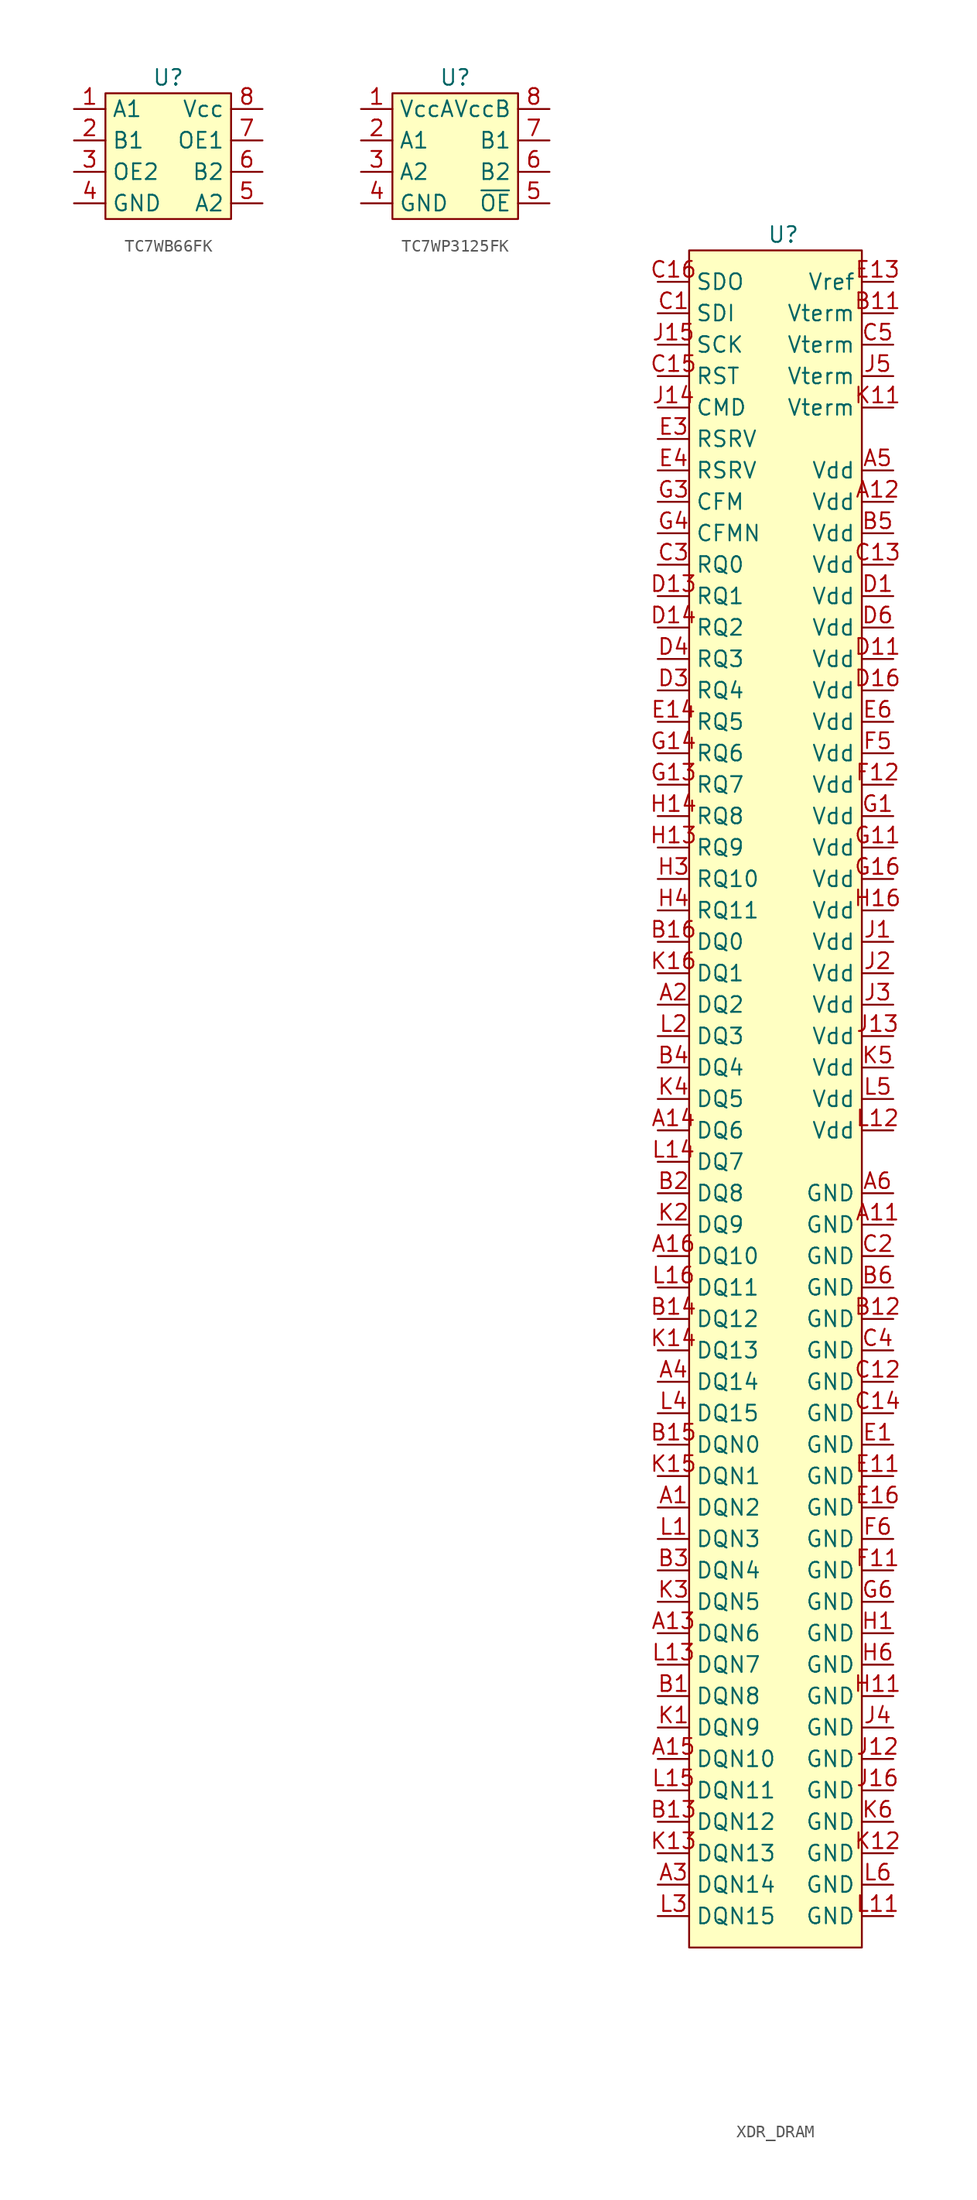
<source format=kicad_sym>
(kicad_symbol_lib
  (version 20231120)
  (generator "kicad_symbol_editor")
  (generator_version "8.0")
  (symbol "TC7WB66FK"
    (property "Reference" "U"
      (at 0 0 0)
      (effects (font (size 1.27 1.27))))
    (property "Value" ""
      (at 0 0 0)
      (effects (font (size 1.27 1.27))))
    (symbol "TC7WB66FK_0_0"
      (pin bidirectional line (at -7.62 -5.08 0) (length 2.54) (name "B1" (effects (font (size 1.27 1.27)))) (number "2" (effects (font (size 1.27 1.27)))))
      (pin input line (at -7.62 -7.62 0) (length 2.54) (name "OE2" (effects (font (size 1.27 1.27)))) (number "3" (effects (font (size 1.27 1.27)))))
      (pin power_in line (at -7.62 -10.16 0) (length 2.54) (name "GND" (effects (font (size 1.27 1.27)))) (number "4" (effects (font (size 1.27 1.27)))))
      (pin bidirectional line (at 7.62 -10.16 180) (length 2.54) (name "A2" (effects (font (size 1.27 1.27)))) (number "5" (effects (font (size 1.27 1.27)))))
      (pin bidirectional line (at 7.62 -7.62 180) (length 2.54) (name "B2" (effects (font (size 1.27 1.27)))) (number "6" (effects (font (size 1.27 1.27)))))
      (pin input line (at 7.62 -5.08 180) (length 2.54) (name "OE1" (effects (font (size 1.27 1.27)))) (number "7" (effects (font (size 1.27 1.27)))))
      (pin power_in line (at 7.62 -2.54 180) (length 2.54) (name "Vcc" (effects (font (size 1.27 1.27)))) (number "8" (effects (font (size 1.27 1.27))))))
    (symbol "TC7WB66FK_1_0"
      (pin bidirectional line (at -7.62 -2.54 0) (length 2.54) (name "A1" (effects (font (size 1.27 1.27)))) (number "1" (effects (font (size 1.27 1.27))))))
    (symbol "TC7WB66FK_1_1"
      (rectangle (start -5.08 -1.27) (end 5.08 -11.43) (stroke (width 0) (type default)) (fill (type background)))))
  (symbol "TC7WP3125FK"
    (property "Reference" "U"
      (at 0 0 0)
      (effects (font (size 1.27 1.27))))
    (property "Value" ""
      (at 0 0 0)
      (effects (font (size 1.27 1.27))))
    (symbol "TC7WP3125FK_0_0"
      (pin power_in line (at -7.62 -2.54 0) (length 2.54) (name "VccA" (effects (font (size 1.27 1.27)))) (number "1" (effects (font (size 1.27 1.27)))))
      (pin input line (at -7.62 -5.08 0) (length 2.54) (name "A1" (effects (font (size 1.27 1.27)))) (number "2" (effects (font (size 1.27 1.27)))))
      (pin input line (at -7.62 -7.62 0) (length 2.54) (name "A2" (effects (font (size 1.27 1.27)))) (number "3" (effects (font (size 1.27 1.27)))))
      (pin power_in line (at -7.62 -10.16 0) (length 2.54) (name "GND" (effects (font (size 1.27 1.27)))) (number "4" (effects (font (size 1.27 1.27)))))
      (pin input line (at 7.62 -10.16 180) (length 2.54) (name "~{OE}" (effects (font (size 1.27 1.27)))) (number "5" (effects (font (size 1.27 1.27)))))
      (pin output line (at 7.62 -7.62 180) (length 2.54) (name "B2" (effects (font (size 1.27 1.27)))) (number "6" (effects (font (size 1.27 1.27)))))
      (pin output line (at 7.62 -5.08 180) (length 2.54) (name "B1" (effects (font (size 1.27 1.27)))) (number "7" (effects (font (size 1.27 1.27)))))
      (pin power_in line (at 7.62 -2.54 180) (length 2.54) (name "VccB" (effects (font (size 1.27 1.27)))) (number "8" (effects (font (size 1.27 1.27))))))
    (symbol "TC7WP3125FK_1_1"
      (rectangle (start -5.08 -1.27) (end 5.08 -11.43) (stroke (width 0) (type default)) (fill (type background)))))
  (symbol "XDR_DRAM"
    (property "Reference" "U"
      (at 0 1.27 0)
      (effects (font (size 1.27 1.27))))
    (property "Value" ""
      (at 0 0 0)
      (effects (font (size 1.27 1.27))))
    (symbol "XDR_DRAM_0_0"
      (pin unspecified line (at -10.16 -101.6 0) (length 2.54) (name "DQN2" (effects (font (size 1.27 1.27)))) (number "A1" (effects (font (size 1.27 1.27)))))
      (pin unspecified line (at 8.89 -78.74 180) (length 2.54) (name "GND" (effects (font (size 1.27 1.27)))) (number "A11" (effects (font (size 1.27 1.27)))))
      (pin unspecified line (at 8.89 -20.32 180) (length 2.54) (name "Vdd" (effects (font (size 1.27 1.27)))) (number "A12" (effects (font (size 1.27 1.27)))))
      (pin unspecified line (at -10.16 -111.76 0) (length 2.54) (name "DQN6" (effects (font (size 1.27 1.27)))) (number "A13" (effects (font (size 1.27 1.27)))))
      (pin unspecified line (at -10.16 -71.12 0) (length 2.54) (name "DQ6" (effects (font (size 1.27 1.27)))) (number "A14" (effects (font (size 1.27 1.27)))))
      (pin unspecified line (at -10.16 -121.92 0) (length 2.54) (name "DQN10" (effects (font (size 1.27 1.27)))) (number "A15" (effects (font (size 1.27 1.27)))))
      (pin unspecified line (at -10.16 -81.28 0) (length 2.54) (name "DQ10" (effects (font (size 1.27 1.27)))) (number "A16" (effects (font (size 1.27 1.27)))))
      (pin unspecified line (at -10.16 -60.96 0) (length 2.54) (name "DQ2" (effects (font (size 1.27 1.27)))) (number "A2" (effects (font (size 1.27 1.27)))))
      (pin unspecified line (at -10.16 -132.08 0) (length 2.54) (name "DQN14" (effects (font (size 1.27 1.27)))) (number "A3" (effects (font (size 1.27 1.27)))))
      (pin unspecified line (at -10.16 -91.44 0) (length 2.54) (name "DQ14" (effects (font (size 1.27 1.27)))) (number "A4" (effects (font (size 1.27 1.27)))))
      (pin unspecified line (at 8.89 -17.78 180) (length 2.54) (name "Vdd" (effects (font (size 1.27 1.27)))) (number "A5" (effects (font (size 1.27 1.27)))))
      (pin unspecified line (at 8.89 -76.2 180) (length 2.54) (name "GND" (effects (font (size 1.27 1.27)))) (number "A6" (effects (font (size 1.27 1.27)))))
      (pin unspecified line (at -10.16 -116.84 0) (length 2.54) (name "DQN8" (effects (font (size 1.27 1.27)))) (number "B1" (effects (font (size 1.27 1.27)))))
      (pin unspecified line (at 8.89 -5.08 180) (length 2.54) (name "Vterm" (effects (font (size 1.27 1.27)))) (number "B11" (effects (font (size 1.27 1.27)))))
      (pin unspecified line (at 8.89 -86.36 180) (length 2.54) (name "GND" (effects (font (size 1.27 1.27)))) (number "B12" (effects (font (size 1.27 1.27)))))
      (pin unspecified line (at -10.16 -127 0) (length 2.54) (name "DQN12" (effects (font (size 1.27 1.27)))) (number "B13" (effects (font (size 1.27 1.27)))))
      (pin unspecified line (at -10.16 -86.36 0) (length 2.54) (name "DQ12" (effects (font (size 1.27 1.27)))) (number "B14" (effects (font (size 1.27 1.27)))))
      (pin unspecified line (at -10.16 -96.52 0) (length 2.54) (name "DQN0" (effects (font (size 1.27 1.27)))) (number "B15" (effects (font (size 1.27 1.27)))))
      (pin unspecified line (at -10.16 -55.88 0) (length 2.54) (name "DQ0" (effects (font (size 1.27 1.27)))) (number "B16" (effects (font (size 1.27 1.27)))))
      (pin unspecified line (at -10.16 -76.2 0) (length 2.54) (name "DQ8" (effects (font (size 1.27 1.27)))) (number "B2" (effects (font (size 1.27 1.27)))))
      (pin unspecified line (at -10.16 -106.68 0) (length 2.54) (name "DQN4" (effects (font (size 1.27 1.27)))) (number "B3" (effects (font (size 1.27 1.27)))))
      (pin unspecified line (at -10.16 -66.04 0) (length 2.54) (name "DQ4" (effects (font (size 1.27 1.27)))) (number "B4" (effects (font (size 1.27 1.27)))))
      (pin unspecified line (at 8.89 -22.86 180) (length 2.54) (name "Vdd" (effects (font (size 1.27 1.27)))) (number "B5" (effects (font (size 1.27 1.27)))))
      (pin unspecified line (at 8.89 -83.82 180) (length 2.54) (name "GND" (effects (font (size 1.27 1.27)))) (number "B6" (effects (font (size 1.27 1.27)))))
      (pin unspecified line (at -10.16 -5.08 0) (length 2.54) (name "SDI" (effects (font (size 1.27 1.27)))) (number "C1" (effects (font (size 1.27 1.27)))))
      (pin unspecified line (at 8.89 -91.44 180) (length 2.54) (name "GND" (effects (font (size 1.27 1.27)))) (number "C12" (effects (font (size 1.27 1.27)))))
      (pin unspecified line (at 8.89 -25.4 180) (length 2.54) (name "Vdd" (effects (font (size 1.27 1.27)))) (number "C13" (effects (font (size 1.27 1.27)))))
      (pin unspecified line (at 8.89 -93.98 180) (length 2.54) (name "GND" (effects (font (size 1.27 1.27)))) (number "C14" (effects (font (size 1.27 1.27)))))
      (pin unspecified line (at -10.16 -10.16 0) (length 2.54) (name "RST" (effects (font (size 1.27 1.27)))) (number "C15" (effects (font (size 1.27 1.27)))))
      (pin unspecified line (at -10.16 -2.54 0) (length 2.54) (name "SDO" (effects (font (size 1.27 1.27)))) (number "C16" (effects (font (size 1.27 1.27)))))
      (pin unspecified line (at 8.89 -81.28 180) (length 2.54) (name "GND" (effects (font (size 1.27 1.27)))) (number "C2" (effects (font (size 1.27 1.27)))))
      (pin unspecified line (at -10.16 -25.4 0) (length 2.54) (name "RQ0" (effects (font (size 1.27 1.27)))) (number "C3" (effects (font (size 1.27 1.27)))))
      (pin unspecified line (at 8.89 -88.9 180) (length 2.54) (name "GND" (effects (font (size 1.27 1.27)))) (number "C4" (effects (font (size 1.27 1.27)))))
      (pin unspecified line (at 8.89 -7.62 180) (length 2.54) (name "Vterm" (effects (font (size 1.27 1.27)))) (number "C5" (effects (font (size 1.27 1.27)))))
      (pin unspecified line (at 8.89 -27.94 180) (length 2.54) (name "Vdd" (effects (font (size 1.27 1.27)))) (number "D1" (effects (font (size 1.27 1.27)))))
      (pin unspecified line (at 8.89 -33.02 180) (length 2.54) (name "Vdd" (effects (font (size 1.27 1.27)))) (number "D11" (effects (font (size 1.27 1.27)))))
      (pin unspecified line (at -10.16 -27.94 0) (length 2.54) (name "RQ1" (effects (font (size 1.27 1.27)))) (number "D13" (effects (font (size 1.27 1.27)))))
      (pin unspecified line (at -10.16 -30.48 0) (length 2.54) (name "RQ2" (effects (font (size 1.27 1.27)))) (number "D14" (effects (font (size 1.27 1.27)))))
      (pin unspecified line (at 8.89 -35.56 180) (length 2.54) (name "Vdd" (effects (font (size 1.27 1.27)))) (number "D16" (effects (font (size 1.27 1.27)))))
      (pin unspecified line (at -10.16 -35.56 0) (length 2.54) (name "RQ4" (effects (font (size 1.27 1.27)))) (number "D3" (effects (font (size 1.27 1.27)))))
      (pin unspecified line (at -10.16 -33.02 0) (length 2.54) (name "RQ3" (effects (font (size 1.27 1.27)))) (number "D4" (effects (font (size 1.27 1.27)))))
      (pin unspecified line (at 8.89 -30.48 180) (length 2.54) (name "Vdd" (effects (font (size 1.27 1.27)))) (number "D6" (effects (font (size 1.27 1.27)))))
      (pin unspecified line (at 8.89 -96.52 180) (length 2.54) (name "GND" (effects (font (size 1.27 1.27)))) (number "E1" (effects (font (size 1.27 1.27)))))
      (pin unspecified line (at 8.89 -99.06 180) (length 2.54) (name "GND" (effects (font (size 1.27 1.27)))) (number "E11" (effects (font (size 1.27 1.27)))))
      (pin unspecified line (at 8.89 -2.54 180) (length 2.54) (name "Vref" (effects (font (size 1.27 1.27)))) (number "E13" (effects (font (size 1.27 1.27)))))
      (pin unspecified line (at -10.16 -38.1 0) (length 2.54) (name "RQ5" (effects (font (size 1.27 1.27)))) (number "E14" (effects (font (size 1.27 1.27)))))
      (pin unspecified line (at 8.89 -101.6 180) (length 2.54) (name "GND" (effects (font (size 1.27 1.27)))) (number "E16" (effects (font (size 1.27 1.27)))))
      (pin unspecified line (at -10.16 -15.24 0) (length 2.54) (name "RSRV" (effects (font (size 1.27 1.27)))) (number "E3" (effects (font (size 1.27 1.27)))))
      (pin unspecified line (at -10.16 -17.78 0) (length 2.54) (name "RSRV" (effects (font (size 1.27 1.27)))) (number "E4" (effects (font (size 1.27 1.27)))))
      (pin unspecified line (at 8.89 -38.1 180) (length 2.54) (name "Vdd" (effects (font (size 1.27 1.27)))) (number "E6" (effects (font (size 1.27 1.27)))))
      (pin unspecified line (at 8.89 -106.68 180) (length 2.54) (name "GND" (effects (font (size 1.27 1.27)))) (number "F11" (effects (font (size 1.27 1.27)))))
      (pin unspecified line (at 8.89 -43.18 180) (length 2.54) (name "Vdd" (effects (font (size 1.27 1.27)))) (number "F12" (effects (font (size 1.27 1.27)))))
      (pin unspecified line (at 8.89 -40.64 180) (length 2.54) (name "Vdd" (effects (font (size 1.27 1.27)))) (number "F5" (effects (font (size 1.27 1.27)))))
      (pin unspecified line (at 8.89 -104.14 180) (length 2.54) (name "GND" (effects (font (size 1.27 1.27)))) (number "F6" (effects (font (size 1.27 1.27)))))
      (pin unspecified line (at 8.89 -45.72 180) (length 2.54) (name "Vdd" (effects (font (size 1.27 1.27)))) (number "G1" (effects (font (size 1.27 1.27)))))
      (pin unspecified line (at 8.89 -48.26 180) (length 2.54) (name "Vdd" (effects (font (size 1.27 1.27)))) (number "G11" (effects (font (size 1.27 1.27)))))
      (pin unspecified line (at -10.16 -43.18 0) (length 2.54) (name "RQ7" (effects (font (size 1.27 1.27)))) (number "G13" (effects (font (size 1.27 1.27)))))
      (pin unspecified line (at -10.16 -40.64 0) (length 2.54) (name "RQ6" (effects (font (size 1.27 1.27)))) (number "G14" (effects (font (size 1.27 1.27)))))
      (pin unspecified line (at 8.89 -50.8 180) (length 2.54) (name "Vdd" (effects (font (size 1.27 1.27)))) (number "G16" (effects (font (size 1.27 1.27)))))
      (pin unspecified line (at -10.16 -20.32 0) (length 2.54) (name "CFM" (effects (font (size 1.27 1.27)))) (number "G3" (effects (font (size 1.27 1.27)))))
      (pin unspecified line (at -10.16 -22.86 0) (length 2.54) (name "CFMN" (effects (font (size 1.27 1.27)))) (number "G4" (effects (font (size 1.27 1.27)))))
      (pin unspecified line (at 8.89 -109.22 180) (length 2.54) (name "GND" (effects (font (size 1.27 1.27)))) (number "G6" (effects (font (size 1.27 1.27)))))
      (pin unspecified line (at 8.89 -111.76 180) (length 2.54) (name "GND" (effects (font (size 1.27 1.27)))) (number "H1" (effects (font (size 1.27 1.27)))))
      (pin unspecified line (at 8.89 -116.84 180) (length 2.54) (name "GND" (effects (font (size 1.27 1.27)))) (number "H11" (effects (font (size 1.27 1.27)))))
      (pin unspecified line (at -10.16 -48.26 0) (length 2.54) (name "RQ9" (effects (font (size 1.27 1.27)))) (number "H13" (effects (font (size 1.27 1.27)))))
      (pin unspecified line (at -10.16 -45.72 0) (length 2.54) (name "RQ8" (effects (font (size 1.27 1.27)))) (number "H14" (effects (font (size 1.27 1.27)))))
      (pin unspecified line (at 8.89 -53.34 180) (length 2.54) (name "Vdd" (effects (font (size 1.27 1.27)))) (number "H16" (effects (font (size 1.27 1.27)))))
      (pin unspecified line (at -10.16 -50.8 0) (length 2.54) (name "RQ10" (effects (font (size 1.27 1.27)))) (number "H3" (effects (font (size 1.27 1.27)))))
      (pin unspecified line (at -10.16 -53.34 0) (length 2.54) (name "RQ11" (effects (font (size 1.27 1.27)))) (number "H4" (effects (font (size 1.27 1.27)))))
      (pin unspecified line (at 8.89 -114.3 180) (length 2.54) (name "GND" (effects (font (size 1.27 1.27)))) (number "H6" (effects (font (size 1.27 1.27)))))
      (pin unspecified line (at 8.89 -55.88 180) (length 2.54) (name "Vdd" (effects (font (size 1.27 1.27)))) (number "J1" (effects (font (size 1.27 1.27)))))
      (pin unspecified line (at 8.89 -121.92 180) (length 2.54) (name "GND" (effects (font (size 1.27 1.27)))) (number "J12" (effects (font (size 1.27 1.27)))))
      (pin unspecified line (at 8.89 -63.5 180) (length 2.54) (name "Vdd" (effects (font (size 1.27 1.27)))) (number "J13" (effects (font (size 1.27 1.27)))))
      (pin unspecified line (at -10.16 -12.7 0) (length 2.54) (name "CMD" (effects (font (size 1.27 1.27)))) (number "J14" (effects (font (size 1.27 1.27)))))
      (pin unspecified line (at -10.16 -7.62 0) (length 2.54) (name "SCK" (effects (font (size 1.27 1.27)))) (number "J15" (effects (font (size 1.27 1.27)))))
      (pin unspecified line (at 8.89 -124.46 180) (length 2.54) (name "GND" (effects (font (size 1.27 1.27)))) (number "J16" (effects (font (size 1.27 1.27)))))
      (pin unspecified line (at 8.89 -58.42 180) (length 2.54) (name "Vdd" (effects (font (size 1.27 1.27)))) (number "J2" (effects (font (size 1.27 1.27)))))
      (pin unspecified line (at 8.89 -60.96 180) (length 2.54) (name "Vdd" (effects (font (size 1.27 1.27)))) (number "J3" (effects (font (size 1.27 1.27)))))
      (pin unspecified line (at 8.89 -119.38 180) (length 2.54) (name "GND" (effects (font (size 1.27 1.27)))) (number "J4" (effects (font (size 1.27 1.27)))))
      (pin unspecified line (at 8.89 -10.16 180) (length 2.54) (name "Vterm" (effects (font (size 1.27 1.27)))) (number "J5" (effects (font (size 1.27 1.27)))))
      (pin unspecified line (at -10.16 -119.38 0) (length 2.54) (name "DQN9" (effects (font (size 1.27 1.27)))) (number "K1" (effects (font (size 1.27 1.27)))))
      (pin unspecified line (at 8.89 -12.7 180) (length 2.54) (name "Vterm" (effects (font (size 1.27 1.27)))) (number "K11" (effects (font (size 1.27 1.27)))))
      (pin unspecified line (at 8.89 -129.54 180) (length 2.54) (name "GND" (effects (font (size 1.27 1.27)))) (number "K12" (effects (font (size 1.27 1.27)))))
      (pin unspecified line (at -10.16 -129.54 0) (length 2.54) (name "DQN13" (effects (font (size 1.27 1.27)))) (number "K13" (effects (font (size 1.27 1.27)))))
      (pin unspecified line (at -10.16 -88.9 0) (length 2.54) (name "DQ13" (effects (font (size 1.27 1.27)))) (number "K14" (effects (font (size 1.27 1.27)))))
      (pin unspecified line (at -10.16 -99.06 0) (length 2.54) (name "DQN1" (effects (font (size 1.27 1.27)))) (number "K15" (effects (font (size 1.27 1.27)))))
      (pin unspecified line (at -10.16 -58.42 0) (length 2.54) (name "DQ1" (effects (font (size 1.27 1.27)))) (number "K16" (effects (font (size 1.27 1.27)))))
      (pin unspecified line (at -10.16 -78.74 0) (length 2.54) (name "DQ9" (effects (font (size 1.27 1.27)))) (number "K2" (effects (font (size 1.27 1.27)))))
      (pin unspecified line (at -10.16 -109.22 0) (length 2.54) (name "DQN5" (effects (font (size 1.27 1.27)))) (number "K3" (effects (font (size 1.27 1.27)))))
      (pin unspecified line (at -10.16 -68.58 0) (length 2.54) (name "DQ5" (effects (font (size 1.27 1.27)))) (number "K4" (effects (font (size 1.27 1.27)))))
      (pin unspecified line (at 8.89 -66.04 180) (length 2.54) (name "Vdd" (effects (font (size 1.27 1.27)))) (number "K5" (effects (font (size 1.27 1.27)))))
      (pin unspecified line (at 8.89 -127 180) (length 2.54) (name "GND" (effects (font (size 1.27 1.27)))) (number "K6" (effects (font (size 1.27 1.27)))))
      (pin unspecified line (at -10.16 -104.14 0) (length 2.54) (name "DQN3" (effects (font (size 1.27 1.27)))) (number "L1" (effects (font (size 1.27 1.27)))))
      (pin unspecified line (at 8.89 -134.62 180) (length 2.54) (name "GND" (effects (font (size 1.27 1.27)))) (number "L11" (effects (font (size 1.27 1.27)))))
      (pin unspecified line (at 8.89 -71.12 180) (length 2.54) (name "Vdd" (effects (font (size 1.27 1.27)))) (number "L12" (effects (font (size 1.27 1.27)))))
      (pin unspecified line (at -10.16 -114.3 0) (length 2.54) (name "DQN7" (effects (font (size 1.27 1.27)))) (number "L13" (effects (font (size 1.27 1.27)))))
      (pin unspecified line (at -10.16 -73.66 0) (length 2.54) (name "DQ7" (effects (font (size 1.27 1.27)))) (number "L14" (effects (font (size 1.27 1.27)))))
      (pin unspecified line (at -10.16 -124.46 0) (length 2.54) (name "DQN11" (effects (font (size 1.27 1.27)))) (number "L15" (effects (font (size 1.27 1.27)))))
      (pin unspecified line (at -10.16 -83.82 0) (length 2.54) (name "DQ11" (effects (font (size 1.27 1.27)))) (number "L16" (effects (font (size 1.27 1.27)))))
      (pin unspecified line (at -10.16 -63.5 0) (length 2.54) (name "DQ3" (effects (font (size 1.27 1.27)))) (number "L2" (effects (font (size 1.27 1.27)))))
      (pin unspecified line (at -10.16 -134.62 0) (length 2.54) (name "DQN15" (effects (font (size 1.27 1.27)))) (number "L3" (effects (font (size 1.27 1.27)))))
      (pin unspecified line (at -10.16 -93.98 0) (length 2.54) (name "DQ15" (effects (font (size 1.27 1.27)))) (number "L4" (effects (font (size 1.27 1.27)))))
      (pin unspecified line (at 8.89 -68.58 180) (length 2.54) (name "Vdd" (effects (font (size 1.27 1.27)))) (number "L5" (effects (font (size 1.27 1.27)))))
      (pin unspecified line (at 8.89 -132.08 180) (length 2.54) (name "GND" (effects (font (size 1.27 1.27)))) (number "L6" (effects (font (size 1.27 1.27))))))
    (symbol "XDR_DRAM_1_1"
      (rectangle (start -7.62 0) (end 6.35 -137.16) (stroke (width 0) (type default)) (fill (type background))))))
</source>
